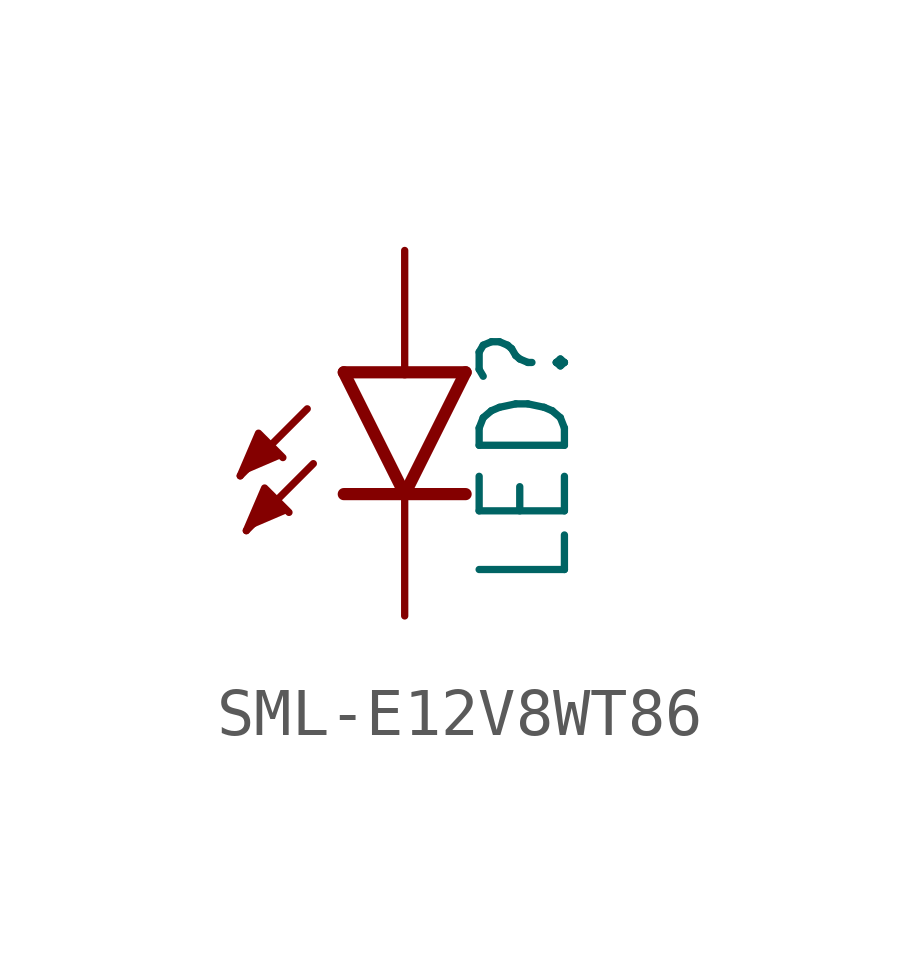
<source format=kicad_sym>
(kicad_symbol_lib
  (version 20220914)
  (generator kicad_symbol_editor)
  (symbol "SML-E12V8WT86"
    (property "Reference" "LED"
      (at 3.556 -4.572 90)
      (effects (font (size 1.778 1.511)) (justify left bottom)))
    (property "Value" ""
      (at 5.715 -4.572 90)
      (effects (font (size 1.778 1.511)) (justify left bottom)))
    (property "ki_locked" ""
      (at 0 0 0)
      (effects (font (size 1.27 1.27))))
    (symbol "SML-E12V8WT86_1_0"
      (polyline (pts (xy -2.032 -0.762) (xy -3.429 -2.159)) (stroke (width 0.152) (type solid)) (fill (type none)))
      (polyline (pts (xy -1.905 -1.905) (xy -3.302 -3.302)) (stroke (width 0.152) (type solid)) (fill (type none)))
      (polyline (pts (xy 0 -2.54) (xy -1.27 -2.54)) (stroke (width 0.254) (type solid)) (fill (type none)))
      (polyline (pts (xy 0 -2.54) (xy -1.27 0)) (stroke (width 0.254) (type solid)) (fill (type none)))
      (polyline (pts (xy 0 0) (xy -1.27 0)) (stroke (width 0.254) (type solid)) (fill (type none)))
      (polyline (pts (xy 1.27 -2.54) (xy 0 -2.54)) (stroke (width 0.254) (type solid)) (fill (type none)))
      (polyline (pts (xy 1.27 0) (xy 0 -2.54)) (stroke (width 0.254) (type solid)) (fill (type none)))
      (polyline (pts (xy 1.27 0) (xy 0 0)) (stroke (width 0.254) (type solid)) (fill (type none)))
      (polyline (pts (xy -3.429 -2.159) (xy -3.048 -1.27) (xy -2.54 -1.778)) (stroke (width 0.152) (type solid)) (fill (type outline)))
      (polyline (pts (xy -3.302 -3.302) (xy -2.921 -2.413) (xy -2.413 -2.921)) (stroke (width 0.152) (type solid)) (fill (type outline)))
      (pin passive line (at 0 2.54 270) (length 2.54) (name "A" (effects (font (size 0 0)))) (number "A" (effects (font (size 0 0)))))
      (pin passive line (at 0 -5.08 90) (length 2.54) (name "C" (effects (font (size 0 0)))) (number "K" (effects (font (size 0 0))))))))
</source>
